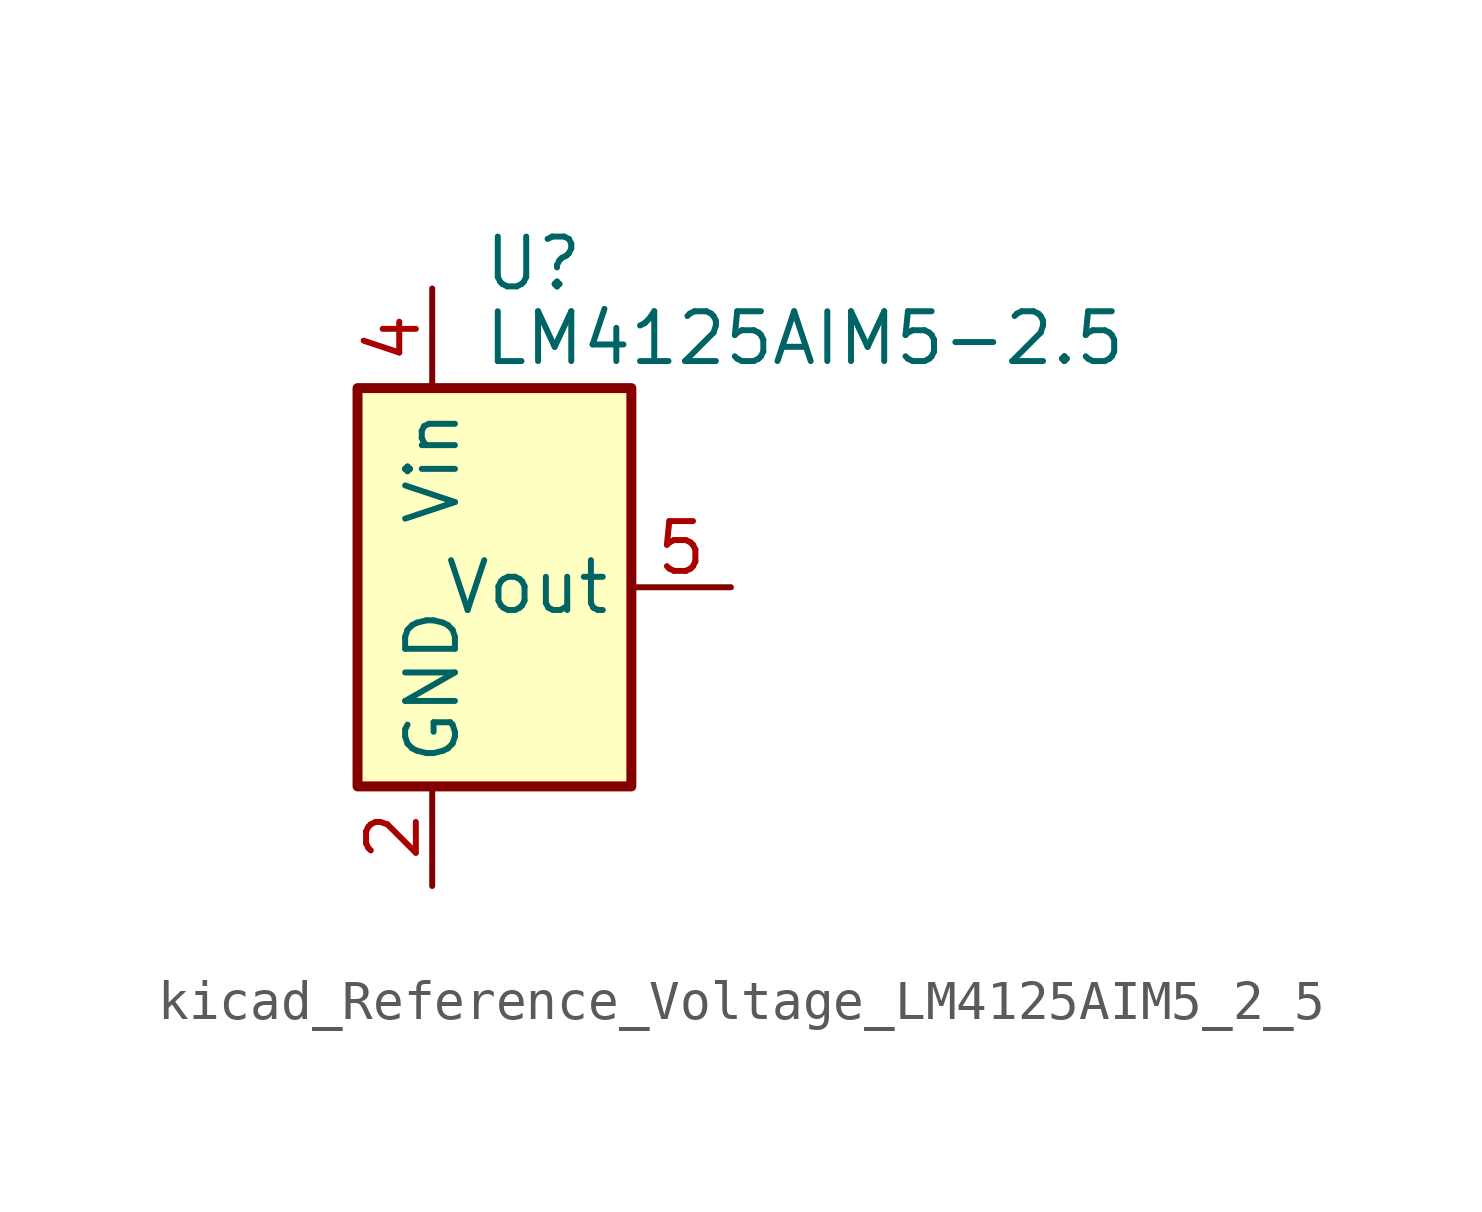
<source format=kicad_sym>
(kicad_symbol_lib
  (version 20220914)
  (generator kicad_symbol_editor)
  (symbol "kicad_Reference_Voltage_LM4125AIM5_2_5"
    (property "Reference" "U"
      (at 1.27 8.255 0)
      (effects (font (size 1.27 1.27)) (justify left)))
    (property "Value" "LM4125AIM5-2.5"
      (at 1.27 6.35 0)
      (effects (font (size 1.27 1.27)) (justify left)))
    (symbol "kicad_Reference_Voltage_LM4125AIM5_2_5_0_1"
      (rectangle (start -1.905 5.08) (end 5.08 -5.08) (stroke (width 0.254) (type default)) (fill (type background))))
    (symbol "kicad_Reference_Voltage_LM4125AIM5_2_5_1_1"
      (pin no_connect line (at 2.54 -5.08 90) (length 2.54) hide (name "NC" (effects (font (size 1.27 1.27)))) (number "1" (effects (font (size 1.27 1.27)))))
      (pin power_in line (at 0 -7.62 90) (length 2.54) (name "GND" (effects (font (size 1.27 1.27)))) (number "2" (effects (font (size 1.27 1.27)))))
      (pin no_connect line (at 5.08 -5.08 90) (length 2.54) hide (name "NC" (effects (font (size 1.27 1.27)))) (number "3" (effects (font (size 1.27 1.27)))))
      (pin power_in line (at 0 7.62 270) (length 2.54) (name "Vin" (effects (font (size 1.27 1.27)))) (number "4" (effects (font (size 1.27 1.27)))))
      (pin power_out line (at 7.62 0 180) (length 2.54) (name "Vout" (effects (font (size 1.27 1.27)))) (number "5" (effects (font (size 1.27 1.27))))))))
</source>
